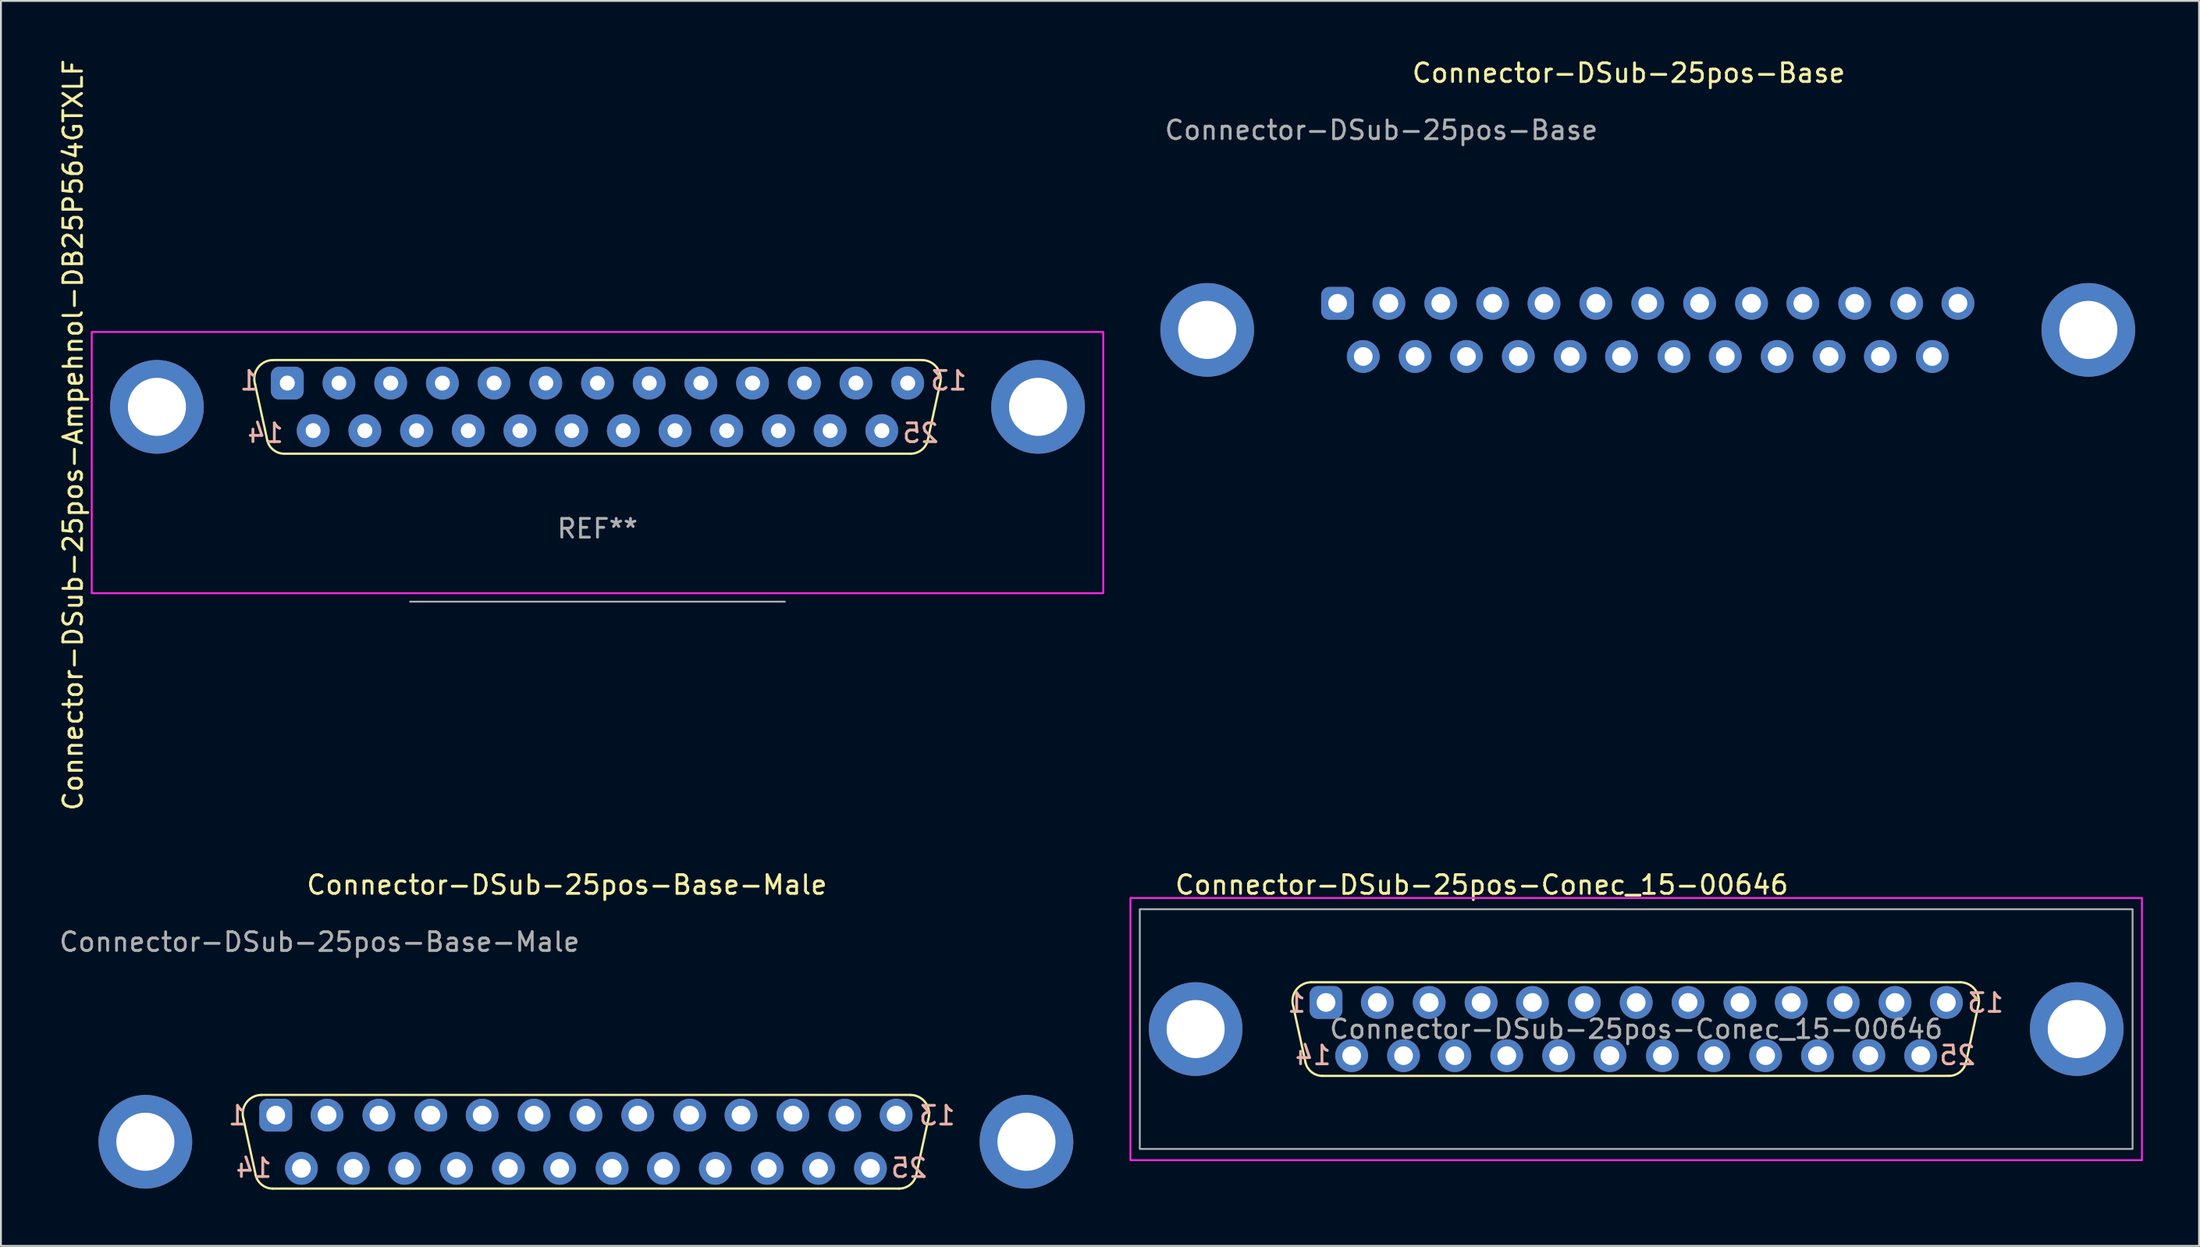
<source format=kicad_pcb>
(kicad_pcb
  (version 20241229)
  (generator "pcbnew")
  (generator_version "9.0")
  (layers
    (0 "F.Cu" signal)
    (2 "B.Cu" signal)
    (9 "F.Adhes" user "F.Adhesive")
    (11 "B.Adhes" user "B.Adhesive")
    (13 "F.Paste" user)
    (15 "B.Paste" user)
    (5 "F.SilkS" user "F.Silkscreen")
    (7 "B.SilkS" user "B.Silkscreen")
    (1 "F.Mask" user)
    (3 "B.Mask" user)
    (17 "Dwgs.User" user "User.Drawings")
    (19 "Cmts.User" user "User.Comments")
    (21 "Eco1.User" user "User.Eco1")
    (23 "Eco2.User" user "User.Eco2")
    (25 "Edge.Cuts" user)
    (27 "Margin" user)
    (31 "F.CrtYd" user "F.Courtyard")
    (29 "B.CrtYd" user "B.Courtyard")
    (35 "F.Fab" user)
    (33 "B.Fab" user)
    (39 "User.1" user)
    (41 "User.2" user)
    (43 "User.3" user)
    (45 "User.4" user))
  (footprint "Connector-DSub-25pos-Conec_15-00646"
    (layer "F.Cu")
    (at 84.3 51.893)
    (property "Reference" "Connector-DSub-25pos-Conec_15-00646" (at -24.7 -7.7 0) (unlocked yes) (layer "F.SilkS") (effects (font (size 1 1) (thickness 0.15)) (justify left)))
    (attr through_hole)
    (fp_line (start -17.65 1.8) (end -18.304 -1.2) (stroke (width 0.12) (type solid)) (layer "F.SilkS"))
    (fp_line (start -16.75 2.5) (end 16.7 2.5) (stroke (width 0.12) (type solid)) (layer "F.SilkS"))
    (fp_line (start 17.3 -2.5) (end -17.35 -2.5) (stroke (width 0.12) (type solid)) (layer "F.SilkS"))
    (fp_line (start 17.6 1.8) (end 18.254 -1.2) (stroke (width 0.12) (type solid)) (layer "F.SilkS"))
    (fp_arc (start -18.303923 -1.2) (mid -18.153341 -2.089492) (end -17.35 -2.5) (stroke (width 0.12) (type solid)) (layer "F.SilkS"))
    (fp_arc (start -16.75 2.5) (mid -17.320564 2.30501) (end -17.65 1.8) (stroke (width 0.12) (type solid)) (layer "F.SilkS"))
    (fp_arc (start 17.3 -2.5) (mid 18.103353 -2.089502) (end 18.253923 -1.2) (stroke (width 0.12) (type solid)) (layer "F.SilkS"))
    (fp_arc (start 17.6 1.8) (mid 17.270563 2.305009) (end 16.7 2.5) (stroke (width 0.12) (type solid)) (layer "F.SilkS"))
    (fp_rect (start -27 -7) (end 27 7) (stroke (width 0.1) (type solid)) (fill no) (layer "F.CrtYd"))
    (fp_rect (start -26.5 -6.4) (end 26.5 6.4) (stroke (width 0.1) (type solid)) (fill no) (layer "F.Fab"))
    (fp_text user "13" (at 17.6 -1.4 0) (unlocked yes) (layer "B.SilkS") (effects (font (size 1 1) (thickness 0.15)) (justify right mirror)))
    (fp_text user "25" (at 16.1 1.4 0) (unlocked yes) (layer "B.SilkS") (effects (font (size 1 1) (thickness 0.15)) (justify right mirror)))
    (fp_text user "1" (at -18.7 -1.4 0) (unlocked yes) (layer "B.SilkS") (effects (font (size 1 1) (thickness 0.15)) (justify right mirror)))
    (fp_text user "14" (at -16.2 1.4 0) (unlocked yes) (layer "B.SilkS") (effects (font (size 1 1) (thickness 0.15)) (justify left mirror)))
    (fp_text user "${REFERENCE}" (at 0 0 0) (unlocked yes) (layer "F.Fab") (effects (font (size 1 1) (thickness 0.15))))
    (pad "0" thru_hole circle (at -23.52 0 270) (size 5 5) (drill 3.1) (layers "*.Cu" "*.Mask"))
    (pad "0" thru_hole circle (at 23.52 0 270) (size 5 5) (drill 3.1) (layers "*.Cu" "*.Mask"))
    (pad "1" thru_hole roundrect (at -16.56 -1.42 270) (size 1.75 1.75) (drill 1) (layers "*.Cu" "*.Mask") (roundrect_rratio 0.25))
    (pad "2" thru_hole circle (at -13.82 -1.42 270) (size 1.75 1.75) (drill 1) (layers "*.Cu" "*.Mask"))
    (pad "3" thru_hole circle (at -11.05 -1.42 270) (size 1.75 1.75) (drill 1) (layers "*.Cu" "*.Mask"))
    (pad "4" thru_hole circle (at -8.28 -1.42 270) (size 1.75 1.75) (drill 1) (layers "*.Cu" "*.Mask"))
    (pad "5" thru_hole circle (at -5.54 -1.42 270) (size 1.75 1.75) (drill 1) (layers "*.Cu" "*.Mask"))
    (pad "6" thru_hole circle (at -2.77 -1.42 270) (size 1.75 1.75) (drill 1) (layers "*.Cu" "*.Mask"))
    (pad "7" thru_hole circle (at 0 -1.42 270) (size 1.75 1.75) (drill 1) (layers "*.Cu" "*.Mask"))
    (pad "8" thru_hole circle (at 2.77 -1.42 270) (size 1.75 1.75) (drill 1) (layers "*.Cu" "*.Mask"))
    (pad "9" thru_hole circle (at 5.54 -1.42 270) (size 1.75 1.75) (drill 1) (layers "*.Cu" "*.Mask"))
    (pad "10" thru_hole circle (at 8.28 -1.42 270) (size 1.75 1.75) (drill 1) (layers "*.Cu" "*.Mask"))
    (pad "11" thru_hole circle (at 11.05 -1.42 270) (size 1.75 1.75) (drill 1) (layers "*.Cu" "*.Mask"))
    (pad "12" thru_hole circle (at 13.82 -1.42 270) (size 1.75 1.75) (drill 1) (layers "*.Cu" "*.Mask"))
    (pad "13" thru_hole circle (at 16.56 -1.42 270) (size 1.75 1.75) (drill 1) (layers "*.Cu" "*.Mask"))
    (pad "14" thru_hole circle (at -15.19 1.42 270) (size 1.75 1.75) (drill 1) (layers "*.Cu" "*.Mask"))
    (pad "15" thru_hole circle (at -12.42 1.42 270) (size 1.75 1.75) (drill 1) (layers "*.Cu" "*.Mask"))
    (pad "16" thru_hole circle (at -9.68 1.42 270) (size 1.75 1.75) (drill 1) (layers "*.Cu" "*.Mask"))
    (pad "17" thru_hole circle (at -6.91 1.42 270) (size 1.75 1.75) (drill 1) (layers "*.Cu" "*.Mask"))
    (pad "18" thru_hole circle (at -4.14 1.42 270) (size 1.75 1.75) (drill 1) (layers "*.Cu" "*.Mask"))
    (pad "19" thru_hole circle (at -1.4 1.42 270) (size 1.75 1.75) (drill 1) (layers "*.Cu" "*.Mask"))
    (pad "20" thru_hole circle (at 1.4 1.42 270) (size 1.75 1.75) (drill 1) (layers "*.Cu" "*.Mask"))
    (pad "21" thru_hole circle (at 4.14 1.42 270) (size 1.75 1.75) (drill 1) (layers "*.Cu" "*.Mask"))
    (pad "22" thru_hole circle (at 6.91 1.42 270) (size 1.75 1.75) (drill 1) (layers "*.Cu" "*.Mask"))
    (pad "23" thru_hole circle (at 9.68 1.42 270) (size 1.75 1.75) (drill 1) (layers "*.Cu" "*.Mask"))
    (pad "24" thru_hole circle (at 12.42 1.42 270) (size 1.75 1.75) (drill 1) (layers "*.Cu" "*.Mask"))
    (pad "25" thru_hole circle (at 15.19 1.42 270) (size 1.75 1.75) (drill 1) (layers "*.Cu" "*.Mask")))
  (footprint "Connector-DSub-25pos-Base-Male"
    (layer "F.Cu")
    (at 28.23 57.909)
    (property "Reference" "Connector-DSub-25pos-Base-Male" (at -1.016 -13.716 0) (unlocked yes) (layer "F.SilkS") (effects (font (size 1 1) (thickness 0.15))))
    (attr through_hole)
    (fp_line (start -17.625 1.8) (end -18.279 -1.2) (stroke (width 0.12) (type solid)) (layer "F.SilkS"))
    (fp_line (start -16.725 2.5) (end 16.725 2.5) (stroke (width 0.12) (type solid)) (layer "F.SilkS"))
    (fp_line (start 17.325 -2.5) (end -17.325 -2.5) (stroke (width 0.12) (type solid)) (layer "F.SilkS"))
    (fp_line (start 17.625 1.8) (end 18.279 -1.2) (stroke (width 0.12) (type solid)) (layer "F.SilkS"))
    (fp_arc (start -18.278929 -1.200001) (mid -18.128346 -2.089494) (end -17.325006 -2.500001) (stroke (width 0.12) (type solid)) (layer "F.SilkS"))
    (fp_arc (start -16.725006 2.499999) (mid -17.295569 2.305009) (end -17.625006 1.799999) (stroke (width 0.12) (type solid)) (layer "F.SilkS"))
    (fp_arc (start 17.324994 -2.500001) (mid 18.12835 -2.089503) (end 18.278917 -1.200001) (stroke (width 0.12) (type solid)) (layer "F.SilkS"))
    (fp_arc (start 17.624994 1.799999) (mid 17.295557 2.305008) (end 16.724994 2.499999) (stroke (width 0.12) (type solid)) (layer "F.SilkS"))
    (fp_text user "1" (at -19.177 -1.4 0) (unlocked yes) (layer "B.SilkS") (effects (font (size 1 1) (thickness 0.15)) (justify right mirror)))
    (fp_text user "25" (at 16.2 1.4 0) (unlocked yes) (layer "B.SilkS") (effects (font (size 1 1) (thickness 0.15)) (justify right mirror)))
    (fp_text user "14" (at -16.677 1.4 0) (unlocked yes) (layer "B.SilkS") (effects (font (size 1 1) (thickness 0.15)) (justify left mirror)))
    (fp_text user "13" (at 17.7 -1.4 0) (unlocked yes) (layer "B.SilkS") (effects (font (size 1 1) (thickness 0.15)) (justify right mirror)))
    (fp_text user "${REFERENCE}" (at -14.224 -10.668 0) (unlocked yes) (layer "F.Fab") (effects (font (size 1 1) (thickness 0.15))))
    (pad "1" thru_hole roundrect (at -16.56 -1.42 270) (size 1.75 1.75) (drill 1) (layers "*.Cu" "*.Mask") (roundrect_rratio 0.25))
    (pad "2" thru_hole circle (at -13.82 -1.42 270) (size 1.75 1.75) (drill 1) (layers "*.Cu" "*.Mask"))
    (pad "3" thru_hole circle (at -11.05 -1.42 270) (size 1.75 1.75) (drill 1) (layers "*.Cu" "*.Mask"))
    (pad "4" thru_hole circle (at -8.28 -1.42 270) (size 1.75 1.75) (drill 1) (layers "*.Cu" "*.Mask"))
    (pad "5" thru_hole circle (at -5.54 -1.42 270) (size 1.75 1.75) (drill 1) (layers "*.Cu" "*.Mask"))
    (pad "6" thru_hole circle (at -2.77 -1.42 270) (size 1.75 1.75) (drill 1) (layers "*.Cu" "*.Mask"))
    (pad "7" thru_hole circle (at 0 -1.42 270) (size 1.75 1.75) (drill 1) (layers "*.Cu" "*.Mask"))
    (pad "8" thru_hole circle (at 2.77 -1.42 270) (size 1.75 1.75) (drill 1) (layers "*.Cu" "*.Mask"))
    (pad "9" thru_hole circle (at 5.54 -1.42 270) (size 1.75 1.75) (drill 1) (layers "*.Cu" "*.Mask"))
    (pad "10" thru_hole circle (at 8.28 -1.42 270) (size 1.75 1.75) (drill 1) (layers "*.Cu" "*.Mask"))
    (pad "11" thru_hole circle (at 11.05 -1.42 270) (size 1.75 1.75) (drill 1) (layers "*.Cu" "*.Mask"))
    (pad "12" thru_hole circle (at 13.82 -1.42 270) (size 1.75 1.75) (drill 1) (layers "*.Cu" "*.Mask"))
    (pad "13" thru_hole circle (at 16.56 -1.42 270) (size 1.75 1.75) (drill 1) (layers "*.Cu" "*.Mask"))
    (pad "14" thru_hole circle (at -15.19 1.42 270) (size 1.75 1.75) (drill 1) (layers "*.Cu" "*.Mask"))
    (pad "15" thru_hole circle (at -12.42 1.42 270) (size 1.75 1.75) (drill 1) (layers "*.Cu" "*.Mask"))
    (pad "16" thru_hole circle (at -9.68 1.42 270) (size 1.75 1.75) (drill 1) (layers "*.Cu" "*.Mask"))
    (pad "17" thru_hole circle (at -6.91 1.42 270) (size 1.75 1.75) (drill 1) (layers "*.Cu" "*.Mask"))
    (pad "18" thru_hole circle (at -4.14 1.42 270) (size 1.75 1.75) (drill 1) (layers "*.Cu" "*.Mask"))
    (pad "19" thru_hole circle (at -1.4 1.42 270) (size 1.75 1.75) (drill 1) (layers "*.Cu" "*.Mask"))
    (pad "20" thru_hole circle (at 1.4 1.42 270) (size 1.75 1.75) (drill 1) (layers "*.Cu" "*.Mask"))
    (pad "21" thru_hole circle (at 4.14 1.42 270) (size 1.75 1.75) (drill 1) (layers "*.Cu" "*.Mask"))
    (pad "22" thru_hole circle (at 6.91 1.42 270) (size 1.75 1.75) (drill 1) (layers "*.Cu" "*.Mask"))
    (pad "23" thru_hole circle (at 9.68 1.42 270) (size 1.75 1.75) (drill 1) (layers "*.Cu" "*.Mask"))
    (pad "24" thru_hole circle (at 12.42 1.42 270) (size 1.75 1.75) (drill 1) (layers "*.Cu" "*.Mask"))
    (pad "25" thru_hole circle (at 15.19 1.42 270) (size 1.75 1.75) (drill 1) (layers "*.Cu" "*.Mask"))
    (pad "M1" thru_hole circle (at -23.52 0 270) (size 5 5) (drill 3.1) (layers "*.Cu" "*.Mask"))
    (pad "M2" thru_hole circle (at 23.52 0 270) (size 5 5) (drill 3.1) (layers "*.Cu" "*.Mask")))
  (footprint "Connector-DSub-25pos-Ampehnol-DB25P564GTXLF"
    (layer "F.Cu")
    (at 28.848 18.673)
    (property "Reference" "Connector-DSub-25pos-Ampehnol-DB25P564GTXLF" (at -28 1.5 90) (unlocked yes) (layer "F.SilkS") (effects (font (size 1 1) (thickness 0.15))))
    (attr through_hole)
    (fp_line (start -17.625 1.8) (end -18.279 -1.2) (stroke (width 0.12) (type solid)) (layer "F.SilkS"))
    (fp_line (start -16.725 2.5) (end 16.725 2.5) (stroke (width 0.12) (type solid)) (layer "F.SilkS"))
    (fp_line (start 17.325 -2.5) (end -17.325 -2.5) (stroke (width 0.12) (type solid)) (layer "F.SilkS"))
    (fp_line (start 17.625 1.8) (end 18.279 -1.2) (stroke (width 0.12) (type solid)) (layer "F.SilkS"))
    (fp_arc (start -18.278929 -1.200001) (mid -18.128346 -2.089494) (end -17.325006 -2.500001) (stroke (width 0.12) (type solid)) (layer "F.SilkS"))
    (fp_arc (start -16.725006 2.499999) (mid -17.295569 2.305009) (end -17.625006 1.799999) (stroke (width 0.12) (type solid)) (layer "F.SilkS"))
    (fp_arc (start 17.324994 -2.500001) (mid 18.12835 -2.089503) (end 18.278917 -1.200001) (stroke (width 0.12) (type solid)) (layer "F.SilkS"))
    (fp_arc (start 17.624994 1.799999) (mid 17.295557 2.305008) (end 16.724994 2.499999) (stroke (width 0.12) (type solid)) (layer "F.SilkS"))
    (fp_rect (start -27 -4) (end 27 9.95) (stroke (width 0.1) (type default)) (fill no) (layer "F.CrtYd"))
    (fp_line (start -10 10.4) (end 10 10.4) (stroke (width 0.1) (type default)) (layer "F.Fab"))
    (fp_text user "25" (at 16.2 1.4 0) (unlocked yes) (layer "B.SilkS") (effects (font (size 1 1) (thickness 0.15)) (justify right mirror)))
    (fp_text user "14" (at -16.677 1.4 0) (unlocked yes) (layer "B.SilkS") (effects (font (size 1 1) (thickness 0.15)) (justify left mirror)))
    (fp_text user "13" (at 17.7 -1.4 0) (unlocked yes) (layer "B.SilkS") (effects (font (size 1 1) (thickness 0.15)) (justify right mirror)))
    (fp_text user "1" (at -19.177 -1.4 0) (unlocked yes) (layer "B.SilkS") (effects (font (size 1 1) (thickness 0.15)) (justify right mirror)))
    (fp_text user "REF**" (at 0 6.5 0) (unlocked yes) (layer "F.Fab") (effects (font (size 1 1) (thickness 0.15))))
    (fp_text user "Board Edge" (at 0 10 0) (unlocked yes) (layer "User.1") (effects (font (size 1 1) (thickness 0.15)) (justify bottom)))
    (pad "0" thru_hole circle (at -23.52 0 270) (size 5 5) (drill 3.1) (layers "*.Cu" "*.Mask"))
    (pad "0" thru_hole circle (at 23.52 0 270) (size 5 5) (drill 3.1) (layers "*.Cu" "*.Mask"))
    (pad "1" thru_hole roundrect (at -16.56 -1.27 270) (size 1.75 1.75) (drill 0.8) (layers "*.Cu" "*.Mask") (roundrect_rratio 0.25))
    (pad "2" thru_hole circle (at -13.8 -1.27 270) (size 1.75 1.75) (drill 0.8) (layers "*.Cu" "*.Mask"))
    (pad "3" thru_hole circle (at -11.04 -1.27 270) (size 1.75 1.75) (drill 0.8) (layers "*.Cu" "*.Mask"))
    (pad "4" thru_hole circle (at -8.28 -1.27 270) (size 1.75 1.75) (drill 0.8) (layers "*.Cu" "*.Mask"))
    (pad "5" thru_hole circle (at -5.52 -1.27 270) (size 1.75 1.75) (drill 0.8) (layers "*.Cu" "*.Mask"))
    (pad "6" thru_hole circle (at -2.76 -1.27 270) (size 1.75 1.75) (drill 0.8) (layers "*.Cu" "*.Mask"))
    (pad "7" thru_hole circle (at 0 -1.27 270) (size 1.75 1.75) (drill 0.8) (layers "*.Cu" "*.Mask"))
    (pad "8" thru_hole circle (at 2.76 -1.27 270) (size 1.75 1.75) (drill 0.8) (layers "*.Cu" "*.Mask"))
    (pad "9" thru_hole circle (at 5.52 -1.27 270) (size 1.75 1.75) (drill 0.8) (layers "*.Cu" "*.Mask"))
    (pad "10" thru_hole circle (at 8.28 -1.27 270) (size 1.75 1.75) (drill 0.8) (layers "*.Cu" "*.Mask"))
    (pad "11" thru_hole circle (at 11.04 -1.27 270) (size 1.75 1.75) (drill 0.8) (layers "*.Cu" "*.Mask"))
    (pad "12" thru_hole circle (at 13.8 -1.27 270) (size 1.75 1.75) (drill 0.8) (layers "*.Cu" "*.Mask"))
    (pad "13" thru_hole circle (at 16.56 -1.27 270) (size 1.75 1.75) (drill 0.8) (layers "*.Cu" "*.Mask"))
    (pad "14" thru_hole circle (at -15.18 1.27 270) (size 1.75 1.75) (drill 0.8) (layers "*.Cu" "*.Mask"))
    (pad "15" thru_hole circle (at -12.42 1.27 270) (size 1.75 1.75) (drill 0.8) (layers "*.Cu" "*.Mask"))
    (pad "16" thru_hole circle (at -9.66 1.27 270) (size 1.75 1.75) (drill 0.8) (layers "*.Cu" "*.Mask"))
    (pad "17" thru_hole circle (at -6.9 1.27 270) (size 1.75 1.75) (drill 0.8) (layers "*.Cu" "*.Mask"))
    (pad "18" thru_hole circle (at -4.14 1.27 270) (size 1.75 1.75) (drill 0.8) (layers "*.Cu" "*.Mask"))
    (pad "19" thru_hole circle (at -1.38 1.27 270) (size 1.75 1.75) (drill 0.8) (layers "*.Cu" "*.Mask"))
    (pad "20" thru_hole circle (at 1.38 1.27 270) (size 1.75 1.75) (drill 0.8) (layers "*.Cu" "*.Mask"))
    (pad "21" thru_hole circle (at 4.14 1.27 270) (size 1.75 1.75) (drill 0.8) (layers "*.Cu" "*.Mask"))
    (pad "22" thru_hole circle (at 6.9 1.27 270) (size 1.75 1.75) (drill 0.8) (layers "*.Cu" "*.Mask"))
    (pad "23" thru_hole circle (at 9.66 1.27 270) (size 1.75 1.75) (drill 0.8) (layers "*.Cu" "*.Mask"))
    (pad "24" thru_hole circle (at 12.42 1.27 270) (size 1.75 1.75) (drill 0.8) (layers "*.Cu" "*.Mask"))
    (pad "25" thru_hole circle (at 15.18 1.27 270) (size 1.75 1.75) (drill 0.8) (layers "*.Cu" "*.Mask")))
  (footprint "Connector-DSub-25pos-Base"
    (layer "F.Cu")
    (at 84.918 14.564)
    (property "Reference" "Connector-DSub-25pos-Base" (at -1.016 -13.716 0) (unlocked yes) (layer "F.SilkS") (effects (font (size 1 1) (thickness 0.15))))
    (attr through_hole)
    (fp_text user "${REFERENCE}" (at -14.224 -10.668 0) (unlocked yes) (layer "F.Fab") (effects (font (size 1 1) (thickness 0.15))))
    (pad "1" thru_hole roundrect (at -16.56 -1.42 270) (size 1.75 1.75) (drill 1) (layers "*.Cu" "*.Mask") (roundrect_rratio 0.25))
    (pad "2" thru_hole circle (at -13.82 -1.42 270) (size 1.75 1.75) (drill 1) (layers "*.Cu" "*.Mask"))
    (pad "3" thru_hole circle (at -11.05 -1.42 270) (size 1.75 1.75) (drill 1) (layers "*.Cu" "*.Mask"))
    (pad "4" thru_hole circle (at -8.28 -1.42 270) (size 1.75 1.75) (drill 1) (layers "*.Cu" "*.Mask"))
    (pad "5" thru_hole circle (at -5.54 -1.42 270) (size 1.75 1.75) (drill 1) (layers "*.Cu" "*.Mask"))
    (pad "6" thru_hole circle (at -2.77 -1.42 270) (size 1.75 1.75) (drill 1) (layers "*.Cu" "*.Mask"))
    (pad "7" thru_hole circle (at 0 -1.42 270) (size 1.75 1.75) (drill 1) (layers "*.Cu" "*.Mask"))
    (pad "8" thru_hole circle (at 2.77 -1.42 270) (size 1.75 1.75) (drill 1) (layers "*.Cu" "*.Mask"))
    (pad "9" thru_hole circle (at 5.54 -1.42 270) (size 1.75 1.75) (drill 1) (layers "*.Cu" "*.Mask"))
    (pad "10" thru_hole circle (at 8.28 -1.42 270) (size 1.75 1.75) (drill 1) (layers "*.Cu" "*.Mask"))
    (pad "11" thru_hole circle (at 11.05 -1.42 270) (size 1.75 1.75) (drill 1) (layers "*.Cu" "*.Mask"))
    (pad "12" thru_hole circle (at 13.82 -1.42 270) (size 1.75 1.75) (drill 1) (layers "*.Cu" "*.Mask"))
    (pad "13" thru_hole circle (at 16.56 -1.42 270) (size 1.75 1.75) (drill 1) (layers "*.Cu" "*.Mask"))
    (pad "14" thru_hole circle (at -15.19 1.42 270) (size 1.75 1.75) (drill 1) (layers "*.Cu" "*.Mask"))
    (pad "15" thru_hole circle (at -12.42 1.42 270) (size 1.75 1.75) (drill 1) (layers "*.Cu" "*.Mask"))
    (pad "16" thru_hole circle (at -9.68 1.42 270) (size 1.75 1.75) (drill 1) (layers "*.Cu" "*.Mask"))
    (pad "17" thru_hole circle (at -6.91 1.42 270) (size 1.75 1.75) (drill 1) (layers "*.Cu" "*.Mask"))
    (pad "18" thru_hole circle (at -4.14 1.42 270) (size 1.75 1.75) (drill 1) (layers "*.Cu" "*.Mask"))
    (pad "19" thru_hole circle (at -1.4 1.42 270) (size 1.75 1.75) (drill 1) (layers "*.Cu" "*.Mask"))
    (pad "20" thru_hole circle (at 1.4 1.42 270) (size 1.75 1.75) (drill 1) (layers "*.Cu" "*.Mask"))
    (pad "21" thru_hole circle (at 4.14 1.42 270) (size 1.75 1.75) (drill 1) (layers "*.Cu" "*.Mask"))
    (pad "22" thru_hole circle (at 6.91 1.42 270) (size 1.75 1.75) (drill 1) (layers "*.Cu" "*.Mask"))
    (pad "23" thru_hole circle (at 9.68 1.42 270) (size 1.75 1.75) (drill 1) (layers "*.Cu" "*.Mask"))
    (pad "24" thru_hole circle (at 12.42 1.42 270) (size 1.75 1.75) (drill 1) (layers "*.Cu" "*.Mask"))
    (pad "25" thru_hole circle (at 15.19 1.42 270) (size 1.75 1.75) (drill 1) (layers "*.Cu" "*.Mask"))
    (pad "M1" thru_hole circle (at -23.52 0 270) (size 5 5) (drill 3.1) (layers "*.Cu" "*.Mask"))
    (pad "M2" thru_hole circle (at 23.52 0 270) (size 5 5) (drill 3.1) (layers "*.Cu" "*.Mask")))
  (gr_rect
    (start -3 -3)
    (end 114.35 63.47)
    (stroke (width 0.1) (type default))
    (fill no)
    (layer "Edge.Cuts")))
</source>
